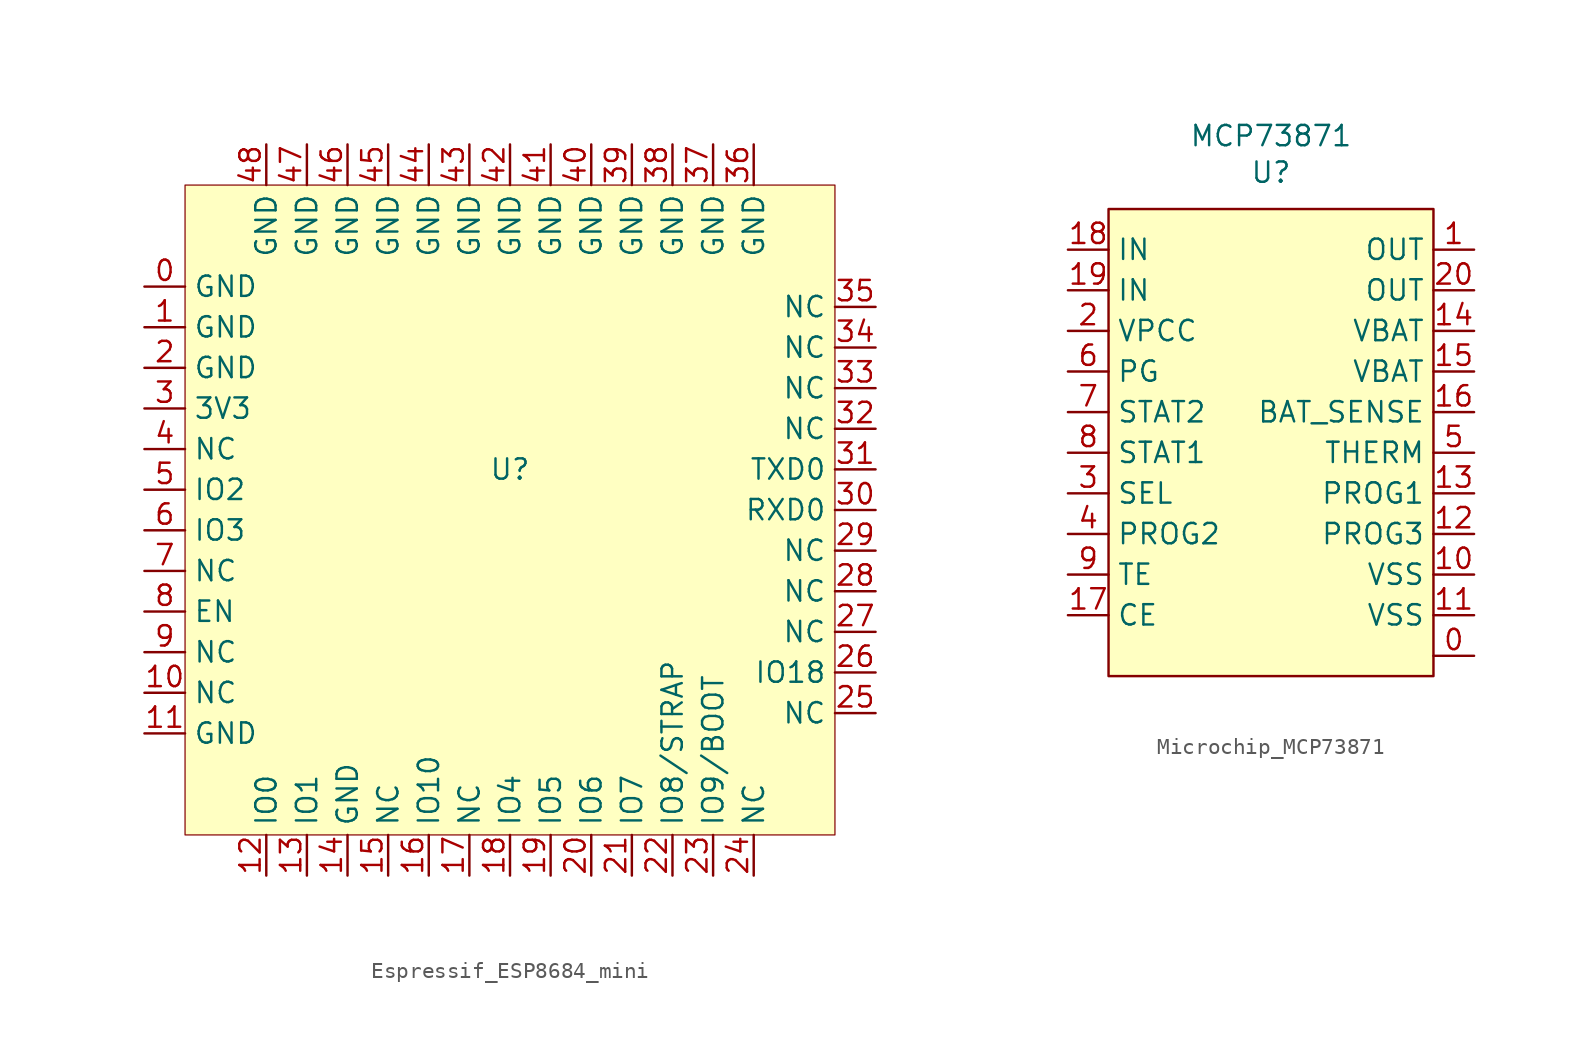
<source format=kicad_sym>
(kicad_symbol_lib
  (version 20231120)
  (generator "kicad_symbol_editor")
  (generator_version "8.0")
  (symbol "Espressif_ESP8684_mini"
    (property "Reference" "U"
      (at 0 2.54 0)
      (effects (font (size 1.27 1.27))))
    (property "Value" ""
      (at -11.43 6.35 0)
      (effects (font (size 1.27 1.27))))
    (symbol "Espressif_ESP8684_mini_1_1"
      (rectangle (start -20.32 20.32) (end 20.32 -20.32) (stroke (width 0.076) (type default)) (fill (type background)))
      (pin input line (at -22.86 13.97 0) (length 2.54) (name "GND" (effects (font (size 1.27 1.27)))) (number "0" (effects (font (size 1.27 1.27)))))
      (pin input line (at -22.86 11.43 0) (length 2.54) (name "GND" (effects (font (size 1.27 1.27)))) (number "1" (effects (font (size 1.27 1.27)))))
      (pin input line (at -22.86 -11.43 0) (length 2.54) (name "NC" (effects (font (size 1.27 1.27)))) (number "10" (effects (font (size 1.27 1.27)))))
      (pin input line (at -22.86 -13.97 0) (length 2.54) (name "GND" (effects (font (size 1.27 1.27)))) (number "11" (effects (font (size 1.27 1.27)))))
      (pin input line (at -15.24 -22.86 90) (length 2.54) (name "IO0" (effects (font (size 1.27 1.27)))) (number "12" (effects (font (size 1.27 1.27)))))
      (pin input line (at -12.7 -22.86 90) (length 2.54) (name "IO1" (effects (font (size 1.27 1.27)))) (number "13" (effects (font (size 1.27 1.27)))))
      (pin input line (at -10.16 -22.86 90) (length 2.54) (name "GND" (effects (font (size 1.27 1.27)))) (number "14" (effects (font (size 1.27 1.27)))))
      (pin input line (at -7.62 -22.86 90) (length 2.54) (name "NC" (effects (font (size 1.27 1.27)))) (number "15" (effects (font (size 1.27 1.27)))))
      (pin input line (at -5.08 -22.86 90) (length 2.54) (name "IO10" (effects (font (size 1.27 1.27)))) (number "16" (effects (font (size 1.27 1.27)))))
      (pin input line (at -2.54 -22.86 90) (length 2.54) (name "NC" (effects (font (size 1.27 1.27)))) (number "17" (effects (font (size 1.27 1.27)))))
      (pin input line (at 0 -22.86 90) (length 2.54) (name "IO4" (effects (font (size 1.27 1.27)))) (number "18" (effects (font (size 1.27 1.27)))))
      (pin input line (at 2.54 -22.86 90) (length 2.54) (name "IO5" (effects (font (size 1.27 1.27)))) (number "19" (effects (font (size 1.27 1.27)))))
      (pin input line (at -22.86 8.89 0) (length 2.54) (name "GND" (effects (font (size 1.27 1.27)))) (number "2" (effects (font (size 1.27 1.27)))))
      (pin input line (at 5.08 -22.86 90) (length 2.54) (name "IO6" (effects (font (size 1.27 1.27)))) (number "20" (effects (font (size 1.27 1.27)))))
      (pin input line (at 7.62 -22.86 90) (length 2.54) (name "IO7" (effects (font (size 1.27 1.27)))) (number "21" (effects (font (size 1.27 1.27)))))
      (pin input line (at 10.16 -22.86 90) (length 2.54) (name "IO8/STRAP" (effects (font (size 1.27 1.27)))) (number "22" (effects (font (size 1.27 1.27)))))
      (pin input line (at 12.7 -22.86 90) (length 2.54) (name "IO9/BOOT" (effects (font (size 1.27 1.27)))) (number "23" (effects (font (size 1.27 1.27)))))
      (pin input line (at 15.24 -22.86 90) (length 2.54) (name "NC" (effects (font (size 1.27 1.27)))) (number "24" (effects (font (size 1.27 1.27)))))
      (pin input line (at 22.86 -12.7 180) (length 2.54) (name "NC" (effects (font (size 1.27 1.27)))) (number "25" (effects (font (size 1.27 1.27)))))
      (pin input line (at 22.86 -10.16 180) (length 2.54) (name "IO18" (effects (font (size 1.27 1.27)))) (number "26" (effects (font (size 1.27 1.27)))))
      (pin input line (at 22.86 -7.62 180) (length 2.54) (name "NC" (effects (font (size 1.27 1.27)))) (number "27" (effects (font (size 1.27 1.27)))))
      (pin input line (at 22.86 -5.08 180) (length 2.54) (name "NC" (effects (font (size 1.27 1.27)))) (number "28" (effects (font (size 1.27 1.27)))))
      (pin input line (at 22.86 -2.54 180) (length 2.54) (name "NC" (effects (font (size 1.27 1.27)))) (number "29" (effects (font (size 1.27 1.27)))))
      (pin input line (at -22.86 6.35 0) (length 2.54) (name "3V3" (effects (font (size 1.27 1.27)))) (number "3" (effects (font (size 1.27 1.27)))))
      (pin input line (at 22.86 0 180) (length 2.54) (name "RXD0" (effects (font (size 1.27 1.27)))) (number "30" (effects (font (size 1.27 1.27)))))
      (pin input line (at 22.86 2.54 180) (length 2.54) (name "TXD0" (effects (font (size 1.27 1.27)))) (number "31" (effects (font (size 1.27 1.27)))))
      (pin input line (at 22.86 5.08 180) (length 2.54) (name "NC" (effects (font (size 1.27 1.27)))) (number "32" (effects (font (size 1.27 1.27)))))
      (pin input line (at 22.86 7.62 180) (length 2.54) (name "NC" (effects (font (size 1.27 1.27)))) (number "33" (effects (font (size 1.27 1.27)))))
      (pin input line (at 22.86 10.16 180) (length 2.54) (name "NC" (effects (font (size 1.27 1.27)))) (number "34" (effects (font (size 1.27 1.27)))))
      (pin input line (at 22.86 12.7 180) (length 2.54) (name "NC" (effects (font (size 1.27 1.27)))) (number "35" (effects (font (size 1.27 1.27)))))
      (pin input line (at 15.24 22.86 270) (length 2.54) (name "GND" (effects (font (size 1.27 1.27)))) (number "36" (effects (font (size 1.27 1.27)))))
      (pin input line (at 12.7 22.86 270) (length 2.54) (name "GND" (effects (font (size 1.27 1.27)))) (number "37" (effects (font (size 1.27 1.27)))))
      (pin input line (at 10.16 22.86 270) (length 2.54) (name "GND" (effects (font (size 1.27 1.27)))) (number "38" (effects (font (size 1.27 1.27)))))
      (pin input line (at 7.62 22.86 270) (length 2.54) (name "GND" (effects (font (size 1.27 1.27)))) (number "39" (effects (font (size 1.27 1.27)))))
      (pin input line (at -22.86 3.81 0) (length 2.54) (name "NC" (effects (font (size 1.27 1.27)))) (number "4" (effects (font (size 1.27 1.27)))))
      (pin input line (at 5.08 22.86 270) (length 2.54) (name "GND" (effects (font (size 1.27 1.27)))) (number "40" (effects (font (size 1.27 1.27)))))
      (pin input line (at 2.54 22.86 270) (length 2.54) (name "GND" (effects (font (size 1.27 1.27)))) (number "41" (effects (font (size 1.27 1.27)))))
      (pin input line (at 0 22.86 270) (length 2.54) (name "GND" (effects (font (size 1.27 1.27)))) (number "42" (effects (font (size 1.27 1.27)))))
      (pin input line (at -2.54 22.86 270) (length 2.54) (name "GND" (effects (font (size 1.27 1.27)))) (number "43" (effects (font (size 1.27 1.27)))))
      (pin input line (at -5.08 22.86 270) (length 2.54) (name "GND" (effects (font (size 1.27 1.27)))) (number "44" (effects (font (size 1.27 1.27)))))
      (pin input line (at -7.62 22.86 270) (length 2.54) (name "GND" (effects (font (size 1.27 1.27)))) (number "45" (effects (font (size 1.27 1.27)))))
      (pin input line (at -10.16 22.86 270) (length 2.54) (name "GND" (effects (font (size 1.27 1.27)))) (number "46" (effects (font (size 1.27 1.27)))))
      (pin input line (at -12.7 22.86 270) (length 2.54) (name "GND" (effects (font (size 1.27 1.27)))) (number "47" (effects (font (size 1.27 1.27)))))
      (pin input line (at -15.24 22.86 270) (length 2.54) (name "GND" (effects (font (size 1.27 1.27)))) (number "48" (effects (font (size 1.27 1.27)))))
      (pin input line (at -22.86 1.27 0) (length 2.54) (name "IO2" (effects (font (size 1.27 1.27)))) (number "5" (effects (font (size 1.27 1.27)))))
      (pin input line (at -22.86 -1.27 0) (length 2.54) (name "IO3" (effects (font (size 1.27 1.27)))) (number "6" (effects (font (size 1.27 1.27)))))
      (pin input line (at -22.86 -3.81 0) (length 2.54) (name "NC" (effects (font (size 1.27 1.27)))) (number "7" (effects (font (size 1.27 1.27)))))
      (pin input line (at -22.86 -6.35 0) (length 2.54) (name "EN" (effects (font (size 1.27 1.27)))) (number "8" (effects (font (size 1.27 1.27)))))
      (pin input line (at -22.86 -8.89 0) (length 2.54) (name "NC" (effects (font (size 1.27 1.27)))) (number "9" (effects (font (size 1.27 1.27)))))))
  (symbol "Microchip_MCP73871"
    (property "Reference" "U"
      (at 0 17.526 0)
      (effects (font (size 1.27 1.27))))
    (property "Value" "MCP73871"
      (at 0 19.812 0)
      (effects (font (size 1.27 1.27))))
    (symbol "Microchip_MCP73871_1_1"
      (rectangle (start -10.16 15.24) (end 10.16 -13.97) (stroke (width 0) (type default)) (fill (type background)))
      (pin input line (at 12.7 -12.7 180) (length 2.54) (name "" (effects (font (size 1.27 1.27)))) (number "0" (effects (font (size 1.27 1.27)))))
      (pin input line (at 12.7 12.7 180) (length 2.54) (name "OUT" (effects (font (size 1.27 1.27)))) (number "1" (effects (font (size 1.27 1.27)))))
      (pin input line (at 12.7 -7.62 180) (length 2.54) (name "VSS" (effects (font (size 1.27 1.27)))) (number "10" (effects (font (size 1.27 1.27)))))
      (pin input line (at 12.7 -10.16 180) (length 2.54) (name "VSS" (effects (font (size 1.27 1.27)))) (number "11" (effects (font (size 1.27 1.27)))))
      (pin input line (at 12.7 -5.08 180) (length 2.54) (name "PROG3" (effects (font (size 1.27 1.27)))) (number "12" (effects (font (size 1.27 1.27)))))
      (pin input line (at 12.7 -2.54 180) (length 2.54) (name "PROG1" (effects (font (size 1.27 1.27)))) (number "13" (effects (font (size 1.27 1.27)))))
      (pin input line (at 12.7 7.62 180) (length 2.54) (name "VBAT" (effects (font (size 1.27 1.27)))) (number "14" (effects (font (size 1.27 1.27)))))
      (pin input line (at 12.7 5.08 180) (length 2.54) (name "VBAT" (effects (font (size 1.27 1.27)))) (number "15" (effects (font (size 1.27 1.27)))))
      (pin input line (at 12.7 2.54 180) (length 2.54) (name "BAT_SENSE" (effects (font (size 1.27 1.27)))) (number "16" (effects (font (size 1.27 1.27)))))
      (pin input line (at -12.7 -10.16 0) (length 2.54) (name "CE" (effects (font (size 1.27 1.27)))) (number "17" (effects (font (size 1.27 1.27)))))
      (pin input line (at -12.7 12.7 0) (length 2.54) (name "IN" (effects (font (size 1.27 1.27)))) (number "18" (effects (font (size 1.27 1.27)))))
      (pin input line (at -12.7 10.16 0) (length 2.54) (name "IN" (effects (font (size 1.27 1.27)))) (number "19" (effects (font (size 1.27 1.27)))))
      (pin input line (at -12.7 7.62 0) (length 2.54) (name "VPCC" (effects (font (size 1.27 1.27)))) (number "2" (effects (font (size 1.27 1.27)))))
      (pin input line (at 12.7 10.16 180) (length 2.54) (name "OUT" (effects (font (size 1.27 1.27)))) (number "20" (effects (font (size 1.27 1.27)))))
      (pin input line (at -12.7 -2.54 0) (length 2.54) (name "SEL" (effects (font (size 1.27 1.27)))) (number "3" (effects (font (size 1.27 1.27)))))
      (pin input line (at -12.7 -5.08 0) (length 2.54) (name "PROG2" (effects (font (size 1.27 1.27)))) (number "4" (effects (font (size 1.27 1.27)))))
      (pin input line (at 12.7 0 180) (length 2.54) (name "THERM" (effects (font (size 1.27 1.27)))) (number "5" (effects (font (size 1.27 1.27)))))
      (pin input line (at -12.7 5.08 0) (length 2.54) (name "PG" (effects (font (size 1.27 1.27)))) (number "6" (effects (font (size 1.27 1.27)))))
      (pin input line (at -12.7 2.54 0) (length 2.54) (name "STAT2" (effects (font (size 1.27 1.27)))) (number "7" (effects (font (size 1.27 1.27)))))
      (pin input line (at -12.7 0 0) (length 2.54) (name "STAT1" (effects (font (size 1.27 1.27)))) (number "8" (effects (font (size 1.27 1.27)))))
      (pin input line (at -12.7 -7.62 0) (length 2.54) (name "TE" (effects (font (size 1.27 1.27)))) (number "9" (effects (font (size 1.27 1.27))))))))
</source>
